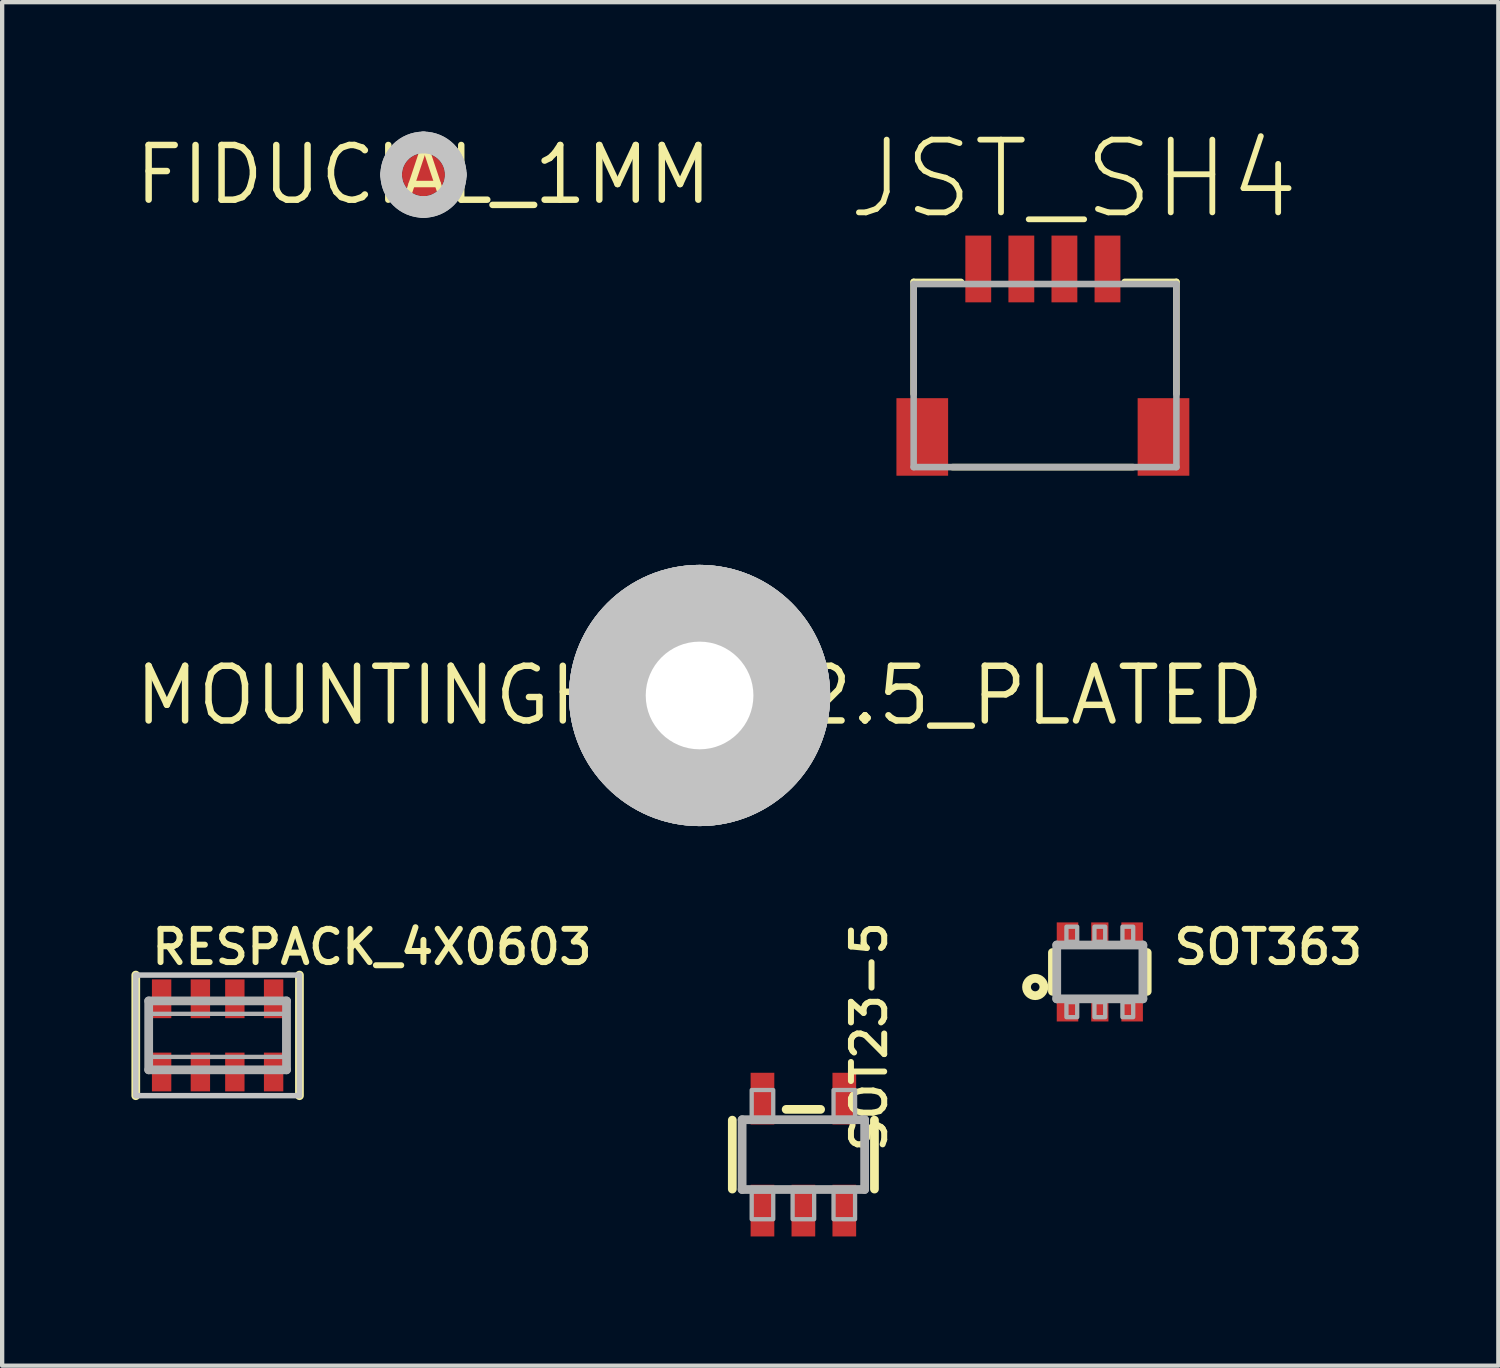
<source format=kicad_pcb>
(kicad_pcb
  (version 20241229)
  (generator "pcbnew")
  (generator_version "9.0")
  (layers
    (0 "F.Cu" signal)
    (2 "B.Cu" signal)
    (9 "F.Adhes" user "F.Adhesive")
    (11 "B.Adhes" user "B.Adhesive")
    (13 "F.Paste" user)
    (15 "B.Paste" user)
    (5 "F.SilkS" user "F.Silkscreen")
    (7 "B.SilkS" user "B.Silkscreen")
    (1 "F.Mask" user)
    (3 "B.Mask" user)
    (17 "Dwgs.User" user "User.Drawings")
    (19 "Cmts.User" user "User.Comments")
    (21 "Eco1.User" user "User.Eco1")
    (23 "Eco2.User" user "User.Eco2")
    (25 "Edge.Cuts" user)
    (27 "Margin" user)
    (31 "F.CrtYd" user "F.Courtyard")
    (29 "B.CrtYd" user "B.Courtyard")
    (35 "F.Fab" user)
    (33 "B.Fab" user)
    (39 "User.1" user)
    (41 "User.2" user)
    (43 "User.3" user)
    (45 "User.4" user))
  (footprint "SOT363"
    (layer "F.Cu")
    (at 22.483 19.514)
    (property "Reference" "SOT363" (at 1.651 -0.127 0) (layer "F.SilkS") (effects (font (size 0.772 0.772) (thickness 0.139)) (justify left bottom)))
    (attr through_hole)
    (fp_line (start -1.1 -0.45) (end -1.1 0.45) (stroke (width 0.203) (type solid)) (layer "F.SilkS"))
    (fp_line (start 1.1 -0.45) (end 1.1 0.45) (stroke (width 0.203) (type solid)) (layer "F.SilkS"))
    (fp_circle (center -1.5 0.35) (end -1.4 0.35) (stroke (width 0.203) (type solid)) (fill no) (layer "F.SilkS"))
    (fp_line (start -1 -0.625) (end 1 -0.625) (stroke (width 0.203) (type solid)) (layer "F.Fab"))
    (fp_line (start -1 0.625) (end -1 -0.625) (stroke (width 0.203) (type solid)) (layer "F.Fab"))
    (fp_line (start 1 -0.625) (end 1 0.625) (stroke (width 0.203) (type solid)) (layer "F.Fab"))
    (fp_line (start 1 0.625) (end -1 0.625) (stroke (width 0.203) (type solid)) (layer "F.Fab"))
    (fp_poly (pts (xy -0.775 -0.7) (xy -0.525 -0.7) (xy -0.525 -1.05) (xy -0.775 -1.05)) (stroke (width 0.1) (type solid)) (fill no) (layer "F.Fab"))
    (fp_poly (pts (xy -0.775 1.05) (xy -0.525 1.05) (xy -0.525 0.7) (xy -0.775 0.7)) (stroke (width 0.1) (type solid)) (fill no) (layer "F.Fab"))
    (fp_poly (pts (xy -0.125 -0.7) (xy 0.125 -0.7) (xy 0.125 -1.05) (xy -0.125 -1.05)) (stroke (width 0.1) (type solid)) (fill no) (layer "F.Fab"))
    (fp_poly (pts (xy -0.125 1.05) (xy 0.125 1.05) (xy 0.125 0.7) (xy -0.125 0.7)) (stroke (width 0.1) (type solid)) (fill no) (layer "F.Fab"))
    (fp_poly (pts (xy 0.525 -0.7) (xy 0.775 -0.7) (xy 0.775 -1.05) (xy 0.525 -1.05)) (stroke (width 0.1) (type solid)) (fill no) (layer "F.Fab"))
    (fp_poly (pts (xy 0.525 1.05) (xy 0.775 1.05) (xy 0.775 0.7) (xy 0.525 0.7)) (stroke (width 0.1) (type solid)) (fill no) (layer "F.Fab"))
    (pad "1" smd rect (at -0.75 0.9) (size 0.5 0.5) (layers "F.Cu" "F.Mask" "F.Paste"))
    (pad "2" smd rect (at 0 0.9) (size 0.4 0.5) (layers "F.Cu" "F.Mask" "F.Paste"))
    (pad "3" smd rect (at 0.75 0.9) (size 0.5 0.5) (layers "F.Cu" "F.Mask" "F.Paste"))
    (pad "4" smd rect (at 0.75 -0.9) (size 0.5 0.5) (layers "F.Cu" "F.Mask" "F.Paste"))
    (pad "5" smd rect (at 0 -0.9) (size 0.4 0.5) (layers "F.Cu" "F.Mask" "F.Paste"))
    (pad "6" smd rect (at -0.75 -0.9) (size 0.5 0.5) (layers "F.Cu" "F.Mask" "F.Paste")))
  (footprint "JST_SH4"
    (layer "F.Cu")
    (at 21.161 5.708)
    (property "Reference" "JST_SH4" (at -4.6 -3.614 180) (layer "F.SilkS") (effects (font (size 1.689 1.689) (thickness 0.135)) (justify left bottom)))
    (attr through_hole)
    (fp_line (start -3 -2.214) (end -1.9 -2.214) (stroke (width 0.152) (type solid)) (layer "F.SilkS"))
    (fp_line (start -3 0.386) (end -3 -2.214) (stroke (width 0.152) (type solid)) (layer "F.SilkS"))
    (fp_line (start -2.1 2.086) (end 2.1 2.086) (stroke (width 0.152) (type solid)) (layer "F.SilkS"))
    (fp_line (start 1.9 -2.214) (end 3.1 -2.214) (stroke (width 0.152) (type solid)) (layer "F.SilkS"))
    (fp_line (start 3.1 -2.214) (end 3.1 0.386) (stroke (width 0.152) (type solid)) (layer "F.SilkS"))
    (fp_line (start -3 -2.164) (end 3.1 -2.164) (stroke (width 0.152) (type solid)) (layer "F.Fab"))
    (fp_line (start -3 2.086) (end -3 -2.164) (stroke (width 0.152) (type solid)) (layer "F.Fab"))
    (fp_line (start 3.1 -2.164) (end 3.1 2.086) (stroke (width 0.152) (type solid)) (layer "F.Fab"))
    (fp_line (start 3.1 2.086) (end -3 2.086) (stroke (width 0.152) (type solid)) (layer "F.Fab"))
    (pad "1" smd rect (at -1.5 -2.514 90) (size 1.55 0.6) (layers "F.Cu" "F.Mask" "F.Paste"))
    (pad "2" smd rect (at -0.5 -2.514 90) (size 1.55 0.6) (layers "F.Cu" "F.Mask" "F.Paste"))
    (pad "3" smd rect (at 0.5 -2.514 90) (size 1.55 0.6) (layers "F.Cu" "F.Mask" "F.Paste"))
    (pad "4" smd rect (at 1.5 -2.514 90) (size 1.55 0.6) (layers "F.Cu" "F.Mask" "F.Paste"))
    (pad "MT1" smd rect (at -2.8 1.386 90) (size 1.8 1.2) (layers "F.Cu" "F.Mask" "F.Paste"))
    (pad "MT2" smd rect (at 2.8 1.386 90) (size 1.8 1.2) (layers "F.Cu" "F.Mask" "F.Paste")))
  (footprint "SOT23-5"
    (layer "F.Cu")
    (at 15.601 23.755)
    (property "Reference" "SOT23-5" (at 1.978 0 90) (layer "F.SilkS") (effects (font (size 0.772 0.772) (thickness 0.139)) (justify left bottom)))
    (attr through_hole)
    (fp_line (start -1.65 -0.8) (end -1.65 0.8) (stroke (width 0.203) (type solid)) (layer "F.SilkS"))
    (fp_line (start -0.4 -1.05) (end 0.4 -1.05) (stroke (width 0.203) (type solid)) (layer "F.SilkS"))
    (fp_line (start 1.65 -0.8) (end 1.65 0.8) (stroke (width 0.203) (type solid)) (layer "F.SilkS"))
    (fp_line (start -1.422 -0.81) (end 1.422 -0.81) (stroke (width 0.203) (type solid)) (layer "F.Fab"))
    (fp_line (start -1.422 0.81) (end -1.422 -0.81) (stroke (width 0.203) (type solid)) (layer "F.Fab"))
    (fp_line (start 1.422 -0.81) (end 1.422 0.81) (stroke (width 0.203) (type solid)) (layer "F.Fab"))
    (fp_line (start 1.422 0.81) (end -1.422 0.81) (stroke (width 0.203) (type solid)) (layer "F.Fab"))
    (fp_poly (pts (xy -1.2 -0.85) (xy -0.7 -0.85) (xy -0.7 -1.5) (xy -1.2 -1.5)) (stroke (width 0.1) (type solid)) (fill no) (layer "F.Fab"))
    (fp_poly (pts (xy -1.2 1.5) (xy -0.7 1.5) (xy -0.7 0.85) (xy -1.2 0.85)) (stroke (width 0.1) (type solid)) (fill no) (layer "F.Fab"))
    (fp_poly (pts (xy -0.25 1.5) (xy 0.25 1.5) (xy 0.25 0.85) (xy -0.25 0.85)) (stroke (width 0.1) (type solid)) (fill no) (layer "F.Fab"))
    (fp_poly (pts (xy 0.7 -0.85) (xy 1.2 -0.85) (xy 1.2 -1.5) (xy 0.7 -1.5)) (stroke (width 0.1) (type solid)) (fill no) (layer "F.Fab"))
    (fp_poly (pts (xy 0.7 1.5) (xy 1.2 1.5) (xy 1.2 0.85) (xy 0.7 0.85)) (stroke (width 0.1) (type solid)) (fill no) (layer "F.Fab"))
    (pad "1" smd rect (at -0.95 1.3) (size 0.55 1.2) (layers "F.Cu" "F.Mask" "F.Paste"))
    (pad "2" smd rect (at 0 1.3) (size 0.55 1.2) (layers "F.Cu" "F.Mask" "F.Paste"))
    (pad "3" smd rect (at 0.95 1.3) (size 0.55 1.2) (layers "F.Cu" "F.Mask" "F.Paste"))
    (pad "4" smd rect (at 0.95 -1.3) (size 0.55 1.2) (layers "F.Cu" "F.Mask" "F.Paste"))
    (pad "5" smd rect (at -0.95 -1.3) (size 0.55 1.2) (layers "F.Cu" "F.Mask" "F.Paste")))
  (footprint "RESPACK_4X0603"
    (layer "F.Cu")
    (at 2.002 20.987)
    (property "Reference" "RESPACK_4X0603" (at -1.6 -1.6 180) (layer "F.SilkS") (effects (font (size 0.772 0.772) (thickness 0.139)) (justify left bottom)))
    (attr through_hole)
    (fp_line (start -1.9 1.4) (end -1.9 -1.4) (stroke (width 0.203) (type solid)) (layer "F.SilkS"))
    (fp_line (start 1.9 -1.4) (end 1.9 1.4) (stroke (width 0.203) (type solid)) (layer "F.SilkS"))
    (fp_line (start -1.9 -1.4) (end 1.9 -1.4) (stroke (width 0.127) (type solid)) (layer "Dwgs.User"))
    (fp_line (start -1.9 1.4) (end -1.9 -1.4) (stroke (width 0.127) (type solid)) (layer "Dwgs.User"))
    (fp_line (start -1.9 1.4) (end 1.9 1.4) (stroke (width 0.127) (type solid)) (layer "Dwgs.User"))
    (fp_line (start 1.9 -1.4) (end 1.9 1.4) (stroke (width 0.127) (type solid)) (layer "Dwgs.User"))
    (fp_line (start -1.6 -0.8) (end 1.6 -0.8) (stroke (width 0.203) (type solid)) (layer "F.Fab"))
    (fp_line (start -1.6 0.8) (end -1.6 -0.8) (stroke (width 0.203) (type solid)) (layer "F.Fab"))
    (fp_line (start 1.6 -0.8) (end 1.6 0.8) (stroke (width 0.203) (type solid)) (layer "F.Fab"))
    (fp_line (start 1.6 0.8) (end -1.6 0.8) (stroke (width 0.203) (type solid)) (layer "F.Fab"))
    (fp_poly (pts (xy -1.55 0.5) (xy 1.55 0.5) (xy 1.55 -0.5) (xy -1.55 -0.5)) (stroke (width 0.1) (type solid)) (fill no) (layer "F.Fab"))
    (pad "1" smd rect (at -1.3 0.85) (size 0.45 0.9) (layers "F.Cu" "F.Mask" "F.Paste"))
    (pad "2" smd rect (at -0.4 0.85) (size 0.45 0.9) (layers "F.Cu" "F.Mask" "F.Paste"))
    (pad "3" smd rect (at 0.4 0.85) (size 0.45 0.9) (layers "F.Cu" "F.Mask" "F.Paste"))
    (pad "4" smd rect (at 1.3 0.85) (size 0.45 0.9) (layers "F.Cu" "F.Mask" "F.Paste"))
    (pad "5" smd rect (at 1.3 -0.85) (size 0.45 0.9) (layers "F.Cu" "F.Mask" "F.Paste"))
    (pad "6" smd rect (at 0.4 -0.85) (size 0.45 0.9) (layers "F.Cu" "F.Mask" "F.Paste"))
    (pad "7" smd rect (at -0.4 -0.85) (size 0.45 0.9) (layers "F.Cu" "F.Mask" "F.Paste"))
    (pad "8" smd rect (at -1.3 -0.85) (size 0.45 0.9) (layers "F.Cu" "F.Mask" "F.Paste")))
  (footprint "MOUNTINGHOLE_2.5_PLATED"
    (layer "F.Cu")
    (at 13.191 13.096)
    (property "Reference" "MOUNTINGHOLE_2.5_PLATED" (at 0 0 0) (layer "F.SilkS") (effects (font (size 1.27 1.27) (thickness 0.15))))
    (attr through_hole)
    (fp_circle (center 0 0) (end 2 0) (stroke (width 0.203) (type solid)) (fill no) (layer "F.SilkS"))
    (fp_circle (center 0 0) (end 1 0) (stroke (width 2.032) (type solid)) (fill no) (layer "Dwgs.User"))
    (fp_circle (center 0 0) (end 1 0) (stroke (width 2.032) (type solid)) (fill no) (layer "Dwgs.User"))
    (fp_circle (center 0 0) (end 1 0) (stroke (width 2.032) (type solid)) (fill no) (layer "Dwgs.User"))
    (fp_circle (center 0 0) (end 1 0) (stroke (width 2.032) (type solid)) (fill no) (layer "Dwgs.User"))
    (pad "P$1" thru_hole circle (at 0 0) (size 3.2 3.2) (drill 2.5) (layers "*.Cu" "*.Mask")))
  (footprint "FIDUCIAL_1MM"
    (layer "F.Cu")
    (at 6.781 1.006)
    (property "Reference" "FIDUCIAL_1MM" (at 0 0 0) (layer "F.SilkS") (effects (font (size 1.27 1.27) (thickness 0.15))))
    (attr through_hole)
    (fp_arc (start -0.75 0) (mid -0.53033 -0.53033) (end 0 -0.75) (stroke (width 0.5) (type solid)) (layer "F.Mask"))
    (fp_arc (start 0 -0.75) (mid 0.53033 -0.53033) (end 0.75 0) (stroke (width 0.5) (type solid)) (layer "F.Mask"))
    (fp_arc (start 0 0.75) (mid -0.53033 0.53033) (end -0.75 0) (stroke (width 0.5) (type solid)) (layer "F.Mask"))
    (fp_arc (start 0.75 0) (mid 0.53033 0.53033) (end 0 0.75) (stroke (width 0.5) (type solid)) (layer "F.Mask"))
    (fp_arc (start -0.75 0) (mid -0.53033 -0.53033) (end 0 -0.75) (stroke (width 0.5) (type solid)) (layer "Dwgs.User"))
    (fp_arc (start -0.75 0) (mid -0.53033 -0.53033) (end 0 -0.75) (stroke (width 0.5) (type solid)) (layer "Dwgs.User"))
    (fp_arc (start 0 -0.75) (mid 0.53033 -0.53033) (end 0.75 0) (stroke (width 0.5) (type solid)) (layer "Dwgs.User"))
    (fp_arc (start 0 -0.75) (mid 0.53033 -0.53033) (end 0.75 0) (stroke (width 0.5) (type solid)) (layer "Dwgs.User"))
    (fp_arc (start 0 0.75) (mid -0.53033 0.53033) (end -0.75 0) (stroke (width 0.5) (type solid)) (layer "Dwgs.User"))
    (fp_arc (start 0 0.75) (mid -0.53033 0.53033) (end -0.75 0) (stroke (width 0.5) (type solid)) (layer "Dwgs.User"))
    (fp_arc (start 0.75 0) (mid 0.53033 0.53033) (end 0 0.75) (stroke (width 0.5) (type solid)) (layer "Dwgs.User"))
    (fp_arc (start 0.75 0) (mid 0.53033 0.53033) (end 0 0.75) (stroke (width 0.5) (type solid)) (layer "Dwgs.User"))
    (pad "1" smd roundrect (at 0 0) (size 1 1) (layers "F.Cu" "F.Mask") (roundrect_rratio 0.5)))
  (gr_rect
    (start -3 -3)
    (end 31.735 28.655)
    (stroke (width 0.1) (type default))
    (fill no)
    (layer "Edge.Cuts")))
</source>
